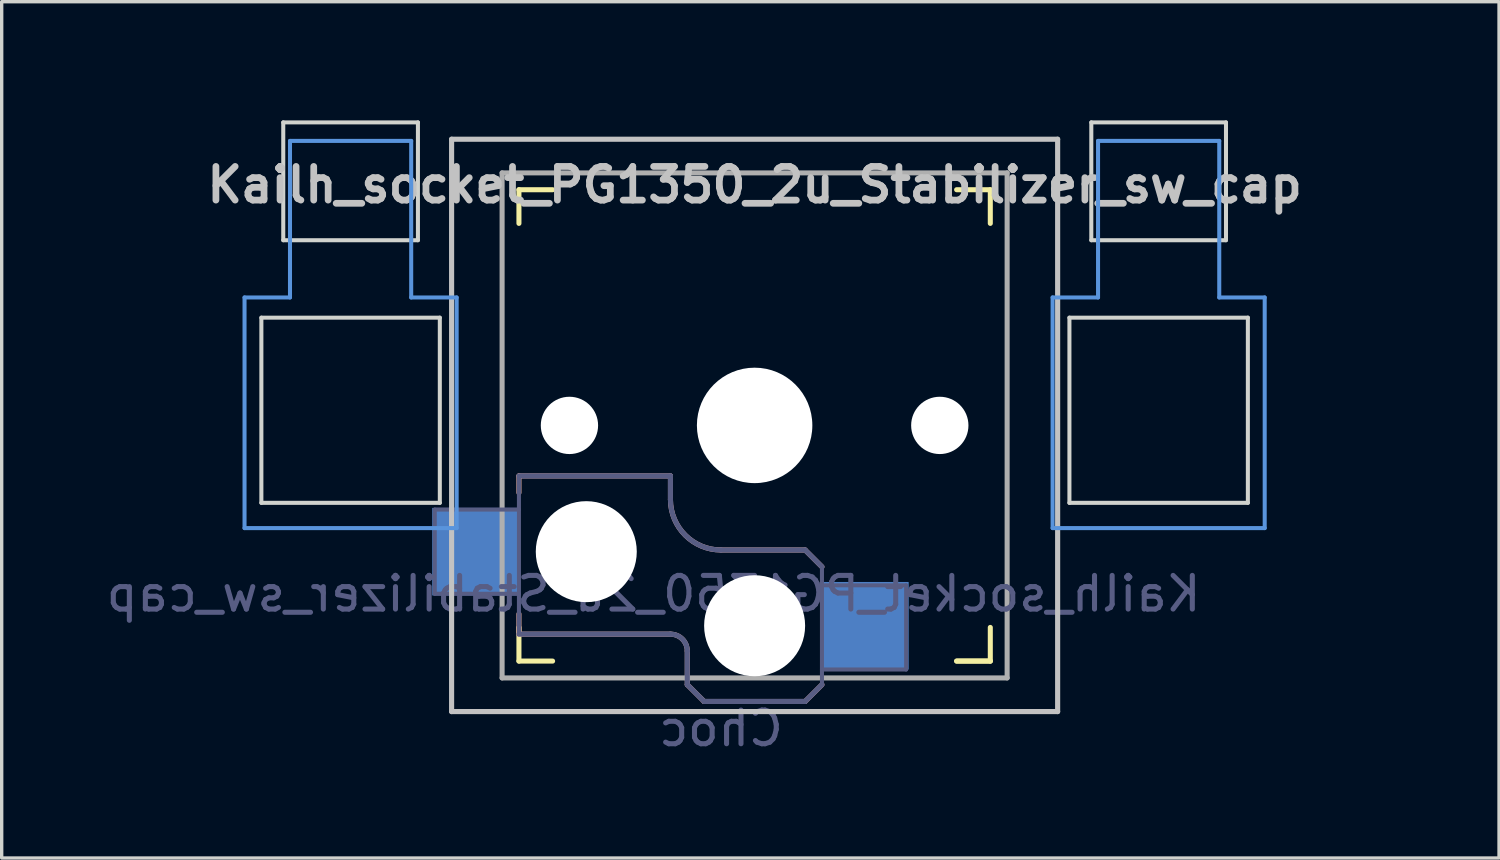
<source format=kicad_pcb>
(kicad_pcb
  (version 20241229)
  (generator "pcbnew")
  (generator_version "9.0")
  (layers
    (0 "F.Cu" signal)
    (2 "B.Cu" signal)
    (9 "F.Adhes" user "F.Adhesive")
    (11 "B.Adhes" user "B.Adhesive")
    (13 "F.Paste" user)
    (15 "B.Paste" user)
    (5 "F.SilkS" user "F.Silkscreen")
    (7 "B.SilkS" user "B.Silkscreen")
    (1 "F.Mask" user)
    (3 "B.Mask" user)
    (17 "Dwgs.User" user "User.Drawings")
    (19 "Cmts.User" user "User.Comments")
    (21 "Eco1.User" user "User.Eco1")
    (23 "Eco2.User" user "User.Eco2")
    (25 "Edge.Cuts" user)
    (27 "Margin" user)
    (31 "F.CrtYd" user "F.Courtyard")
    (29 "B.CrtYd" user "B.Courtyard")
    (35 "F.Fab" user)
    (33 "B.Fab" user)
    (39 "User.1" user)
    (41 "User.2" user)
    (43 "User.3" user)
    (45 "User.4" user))
  (footprint "Kailh_socket_PG1350_2u_Stabilizer_sw_cap"
    (layer "F.Cu")
    (at 19.363 9.585)
    (property "Reference" "Kailh_socket_PG1350_2u_Stabilizer_sw_cap" (at 0 -7.144 180) (layer "Dwgs.User") (effects (font (size 1 1) (thickness 0.2))))
    (property "Value" "Choc" (at 0 -5.08 180) (layer "F.SilkS") (hide yes) (effects (font (size 1 1) (thickness 0.2))))
    (attr through_hole)
    (fp_line (start -7 -6) (end -7 -7) (stroke (width 0.15) (type solid)) (layer "F.SilkS"))
    (fp_line (start -7 7) (end -7 6) (stroke (width 0.15) (type solid)) (layer "F.SilkS"))
    (fp_line (start -7 7) (end -6 7) (stroke (width 0.15) (type solid)) (layer "F.SilkS"))
    (fp_line (start -6 -7) (end -7 -7) (stroke (width 0.15) (type solid)) (layer "F.SilkS"))
    (fp_line (start 6 7) (end 7 7) (stroke (width 0.15) (type solid)) (layer "F.SilkS"))
    (fp_line (start 7 -7) (end 6 -7) (stroke (width 0.15) (type solid)) (layer "F.SilkS"))
    (fp_line (start 7 -7) (end 7 -6) (stroke (width 0.15) (type solid)) (layer "F.SilkS"))
    (fp_line (start 7 6) (end 7 7) (stroke (width 0.15) (type solid)) (layer "F.SilkS"))
    (fp_line (start 7 7) (end 6 7) (stroke (width 0.15) (type solid)) (layer "F.SilkS"))
    (fp_line (start -7 1.5) (end -7 2) (stroke (width 0.15) (type solid)) (layer "B.SilkS"))
    (fp_line (start -7 5.6) (end -7 6.2) (stroke (width 0.15) (type solid)) (layer "B.SilkS"))
    (fp_line (start -7 6.2) (end -2.5 6.2) (stroke (width 0.15) (type solid)) (layer "B.SilkS"))
    (fp_line (start -2.5 1.5) (end -7 1.5) (stroke (width 0.15) (type solid)) (layer "B.SilkS"))
    (fp_line (start -2.5 2.2) (end -2.5 1.5) (stroke (width 0.15) (type solid)) (layer "B.SilkS"))
    (fp_line (start -2 6.7) (end -2 7.7) (stroke (width 0.15) (type solid)) (layer "B.SilkS"))
    (fp_line (start -1.5 8.2) (end -2 7.7) (stroke (width 0.15) (type solid)) (layer "B.SilkS"))
    (fp_line (start 1.5 3.7) (end -1 3.7) (stroke (width 0.15) (type solid)) (layer "B.SilkS"))
    (fp_line (start 1.5 8.2) (end -1.5 8.2) (stroke (width 0.15) (type solid)) (layer "B.SilkS"))
    (fp_line (start 2 4.2) (end 1.5 3.7) (stroke (width 0.15) (type solid)) (layer "B.SilkS"))
    (fp_line (start 2 7.7) (end 1.5 8.2) (stroke (width 0.15) (type solid)) (layer "B.SilkS"))
    (fp_arc (start -2.5 6.2) (mid -2.146447 6.346447) (end -2 6.7) (stroke (width 0.15) (type solid)) (layer "B.SilkS"))
    (fp_arc (start -1 3.7) (mid -2.06066 3.26066) (end -2.5 2.2) (stroke (width 0.15) (type solid)) (layer "B.SilkS"))
    (fp_line (start -9 -8.5) (end 9 -8.5) (stroke (width 0.152) (type solid)) (layer "Dwgs.User"))
    (fp_line (start -9 8.5) (end -9 -8.5) (stroke (width 0.152) (type solid)) (layer "Dwgs.User"))
    (fp_line (start 9 -8.5) (end 9 8.5) (stroke (width 0.152) (type solid)) (layer "Dwgs.User"))
    (fp_line (start 9 8.5) (end -9 8.5) (stroke (width 0.152) (type solid)) (layer "Dwgs.User"))
    (fp_line (start -15.15 -3.8) (end -13.8 -3.8) (stroke (width 0.12) (type solid)) (layer "Cmts.User"))
    (fp_line (start -15.15 3.05) (end -15.15 -3.8) (stroke (width 0.12) (type solid)) (layer "Cmts.User"))
    (fp_line (start -15.15 3.05) (end -8.85 3.05) (stroke (width 0.12) (type solid)) (layer "Cmts.User"))
    (fp_line (start -13.8 -8.45) (end -13.8 -3.8) (stroke (width 0.12) (type solid)) (layer "Cmts.User"))
    (fp_line (start -13.8 -8.45) (end -10.2 -8.45) (stroke (width 0.12) (type solid)) (layer "Cmts.User"))
    (fp_line (start -10.2 -8.45) (end -10.2 -3.8) (stroke (width 0.12) (type solid)) (layer "Cmts.User"))
    (fp_line (start -10.2 -3.8) (end -8.85 -3.8) (stroke (width 0.12) (type solid)) (layer "Cmts.User"))
    (fp_line (start -8.85 3.05) (end -8.85 -3.8) (stroke (width 0.12) (type solid)) (layer "Cmts.User"))
    (fp_line (start 8.85 -3.8) (end 10.2 -3.8) (stroke (width 0.12) (type solid)) (layer "Cmts.User"))
    (fp_line (start 8.85 3.05) (end 8.85 -3.8) (stroke (width 0.12) (type solid)) (layer "Cmts.User"))
    (fp_line (start 8.85 3.05) (end 15.15 3.05) (stroke (width 0.12) (type solid)) (layer "Cmts.User"))
    (fp_line (start 10.2 -8.45) (end 10.2 -3.8) (stroke (width 0.12) (type solid)) (layer "Cmts.User"))
    (fp_line (start 10.2 -8.45) (end 13.8 -8.45) (stroke (width 0.12) (type solid)) (layer "Cmts.User"))
    (fp_line (start 13.8 -8.45) (end 13.8 -3.8) (stroke (width 0.12) (type solid)) (layer "Cmts.User"))
    (fp_line (start 13.8 -3.8) (end 15.15 -3.8) (stroke (width 0.12) (type solid)) (layer "Cmts.User"))
    (fp_line (start 15.15 3.05) (end 15.15 -3.8) (stroke (width 0.12) (type solid)) (layer "Cmts.User"))
    (fp_line (start -19.05 -9.525) (end -19.05 9.525) (stroke (width 0.12) (type solid)) (layer "Eco1.User"))
    (fp_line (start -19.05 -9.525) (end 19.05 -9.525) (stroke (width 0.12) (type solid)) (layer "Eco1.User"))
    (fp_line (start -19.05 9.525) (end 19.05 9.525) (stroke (width 0.12) (type solid)) (layer "Eco1.User"))
    (fp_line (start 19.05 -9.525) (end 19.05 9.525) (stroke (width 0.12) (type solid)) (layer "Eco1.User"))
    (fp_line (start -6.9 6.9) (end -6.9 -6.9) (stroke (width 0.15) (type solid)) (layer "Eco2.User"))
    (fp_line (start -6.9 6.9) (end 6.9 6.9) (stroke (width 0.15) (type solid)) (layer "Eco2.User"))
    (fp_line (start -2.6 -3.1) (end -2.6 -6.3) (stroke (width 0.15) (type solid)) (layer "Eco2.User"))
    (fp_line (start -2.6 -3.1) (end 2.6 -3.1) (stroke (width 0.15) (type solid)) (layer "Eco2.User"))
    (fp_line (start 2.6 -6.3) (end -2.6 -6.3) (stroke (width 0.15) (type solid)) (layer "Eco2.User"))
    (fp_line (start 2.6 -3.1) (end 2.6 -6.3) (stroke (width 0.15) (type solid)) (layer "Eco2.User"))
    (fp_line (start 6.9 -6.9) (end -6.9 -6.9) (stroke (width 0.15) (type solid)) (layer "Eco2.User"))
    (fp_line (start 6.9 -6.9) (end 6.9 6.9) (stroke (width 0.15) (type solid)) (layer "Eco2.User"))
    (fp_line (start -14.65 -3.2) (end -14.65 2.3) (stroke (width 0.12) (type solid)) (layer "Edge.Cuts"))
    (fp_line (start -14.65 -3.2) (end -9.35 -3.2) (stroke (width 0.12) (type solid)) (layer "Edge.Cuts"))
    (fp_line (start -14.65 2.3) (end -9.35 2.3) (stroke (width 0.12) (type solid)) (layer "Edge.Cuts"))
    (fp_line (start -14 -9) (end -14 -5.5) (stroke (width 0.12) (type solid)) (layer "Edge.Cuts"))
    (fp_line (start -14 -9) (end -10 -9) (stroke (width 0.12) (type solid)) (layer "Edge.Cuts"))
    (fp_line (start -14 -5.5) (end -10 -5.5) (stroke (width 0.12) (type solid)) (layer "Edge.Cuts"))
    (fp_line (start -10 -5.5) (end -10 -9) (stroke (width 0.12) (type solid)) (layer "Edge.Cuts"))
    (fp_line (start -9.35 2.3) (end -9.35 -3.2) (stroke (width 0.12) (type solid)) (layer "Edge.Cuts"))
    (fp_line (start 9.35 -3.2) (end 9.35 2.3) (stroke (width 0.12) (type solid)) (layer "Edge.Cuts"))
    (fp_line (start 9.35 -3.2) (end 14.65 -3.2) (stroke (width 0.12) (type solid)) (layer "Edge.Cuts"))
    (fp_line (start 9.35 2.3) (end 14.65 2.3) (stroke (width 0.12) (type solid)) (layer "Edge.Cuts"))
    (fp_line (start 10 -9) (end 10 -5.5) (stroke (width 0.12) (type solid)) (layer "Edge.Cuts"))
    (fp_line (start 10 -9) (end 14 -9) (stroke (width 0.12) (type solid)) (layer "Edge.Cuts"))
    (fp_line (start 10 -5.5) (end 14 -5.5) (stroke (width 0.12) (type solid)) (layer "Edge.Cuts"))
    (fp_line (start 14 -5.5) (end 14 -9) (stroke (width 0.12) (type solid)) (layer "Edge.Cuts"))
    (fp_line (start 14.65 2.3) (end 14.65 -3.2) (stroke (width 0.12) (type solid)) (layer "Edge.Cuts"))
    (fp_line (start -9.5 2.5) (end -7 2.5) (stroke (width 0.12) (type solid)) (layer "B.Fab"))
    (fp_line (start -9.5 5) (end -9.5 2.5) (stroke (width 0.12) (type solid)) (layer "B.Fab"))
    (fp_line (start -7 1.5) (end -7 6.2) (stroke (width 0.12) (type solid)) (layer "B.Fab"))
    (fp_line (start -7 5) (end -9.5 5) (stroke (width 0.12) (type solid)) (layer "B.Fab"))
    (fp_line (start -7 6.2) (end -2.5 6.2) (stroke (width 0.15) (type solid)) (layer "B.Fab"))
    (fp_line (start -2.5 1.5) (end -7 1.5) (stroke (width 0.15) (type solid)) (layer "B.Fab"))
    (fp_line (start -2.5 2.2) (end -2.5 1.5) (stroke (width 0.15) (type solid)) (layer "B.Fab"))
    (fp_line (start -2 6.7) (end -2 7.7) (stroke (width 0.15) (type solid)) (layer "B.Fab"))
    (fp_line (start -1.5 8.2) (end -2 7.7) (stroke (width 0.15) (type solid)) (layer "B.Fab"))
    (fp_line (start 1.5 3.7) (end -1 3.7) (stroke (width 0.15) (type solid)) (layer "B.Fab"))
    (fp_line (start 1.5 8.2) (end -1.5 8.2) (stroke (width 0.15) (type solid)) (layer "B.Fab"))
    (fp_line (start 2 4.2) (end 1.5 3.7) (stroke (width 0.15) (type solid)) (layer "B.Fab"))
    (fp_line (start 2 4.25) (end 2 7.7) (stroke (width 0.12) (type solid)) (layer "B.Fab"))
    (fp_line (start 2 4.75) (end 4.5 4.75) (stroke (width 0.12) (type solid)) (layer "B.Fab"))
    (fp_line (start 2 7.7) (end 1.5 8.2) (stroke (width 0.15) (type solid)) (layer "B.Fab"))
    (fp_line (start 4.5 4.75) (end 4.5 7.25) (stroke (width 0.12) (type solid)) (layer "B.Fab"))
    (fp_line (start 4.5 7.25) (end 2 7.25) (stroke (width 0.12) (type solid)) (layer "B.Fab"))
    (fp_arc (start -2.5 6.2) (mid -2.146447 6.346447) (end -2 6.7) (stroke (width 0.15) (type solid)) (layer "B.Fab"))
    (fp_arc (start -1 3.7) (mid -2.06066 3.26066) (end -2.5 2.2) (stroke (width 0.15) (type solid)) (layer "B.Fab"))
    (fp_line (start -7.5 -7.5) (end 7.5 -7.5) (stroke (width 0.15) (type solid)) (layer "F.Fab"))
    (fp_line (start -7.5 7.5) (end -7.5 -7.5) (stroke (width 0.15) (type solid)) (layer "F.Fab"))
    (fp_line (start 7.5 -7.5) (end 7.5 7.5) (stroke (width 0.15) (type solid)) (layer "F.Fab"))
    (fp_line (start 7.5 7.5) (end -7.5 7.5) (stroke (width 0.15) (type solid)) (layer "F.Fab"))
    (fp_text user "${REFERENCE}" (at -3 5 0) (layer "B.Fab") (effects (font (size 1 1) (thickness 0.15)) (justify mirror)))
    (fp_text user "${VALUE}" (at -1 9 0) (layer "B.Fab") (effects (font (size 1 1) (thickness 0.15)) (justify mirror)))
    (pad "" np_thru_hole circle (at -5.5 0) (size 1.702 1.702) (drill 1.702) (layers "*.Cu" "*.Mask"))
    (pad "" np_thru_hole circle (at -5 3.75) (size 3 3) (drill 3) (layers "*.Cu" "*.Mask"))
    (pad "" np_thru_hole circle (at 0 0) (size 3.429 3.429) (drill 3.429) (layers "*.Cu" "*.Mask"))
    (pad "" np_thru_hole circle (at 0 5.95) (size 3 3) (drill 3) (layers "*.Cu" "*.Mask"))
    (pad "" np_thru_hole circle (at 5.5 0) (size 1.702 1.702) (drill 1.702) (layers "*.Cu" "*.Mask"))
    (pad "1" smd rect (at 3.275 5.95) (size 2.6 2.6) (layers "B.Cu" "B.Mask" "B.Paste"))
    (pad "2" smd rect (at -8.275 3.75) (size 2.6 2.6) (layers "B.Cu" "B.Mask" "B.Paste")))
  (gr_rect
    (start -3 -3)
    (end 41.473 22.433)
    (stroke (width 0.1) (type default))
    (fill no)
    (layer "Edge.Cuts")))
</source>
